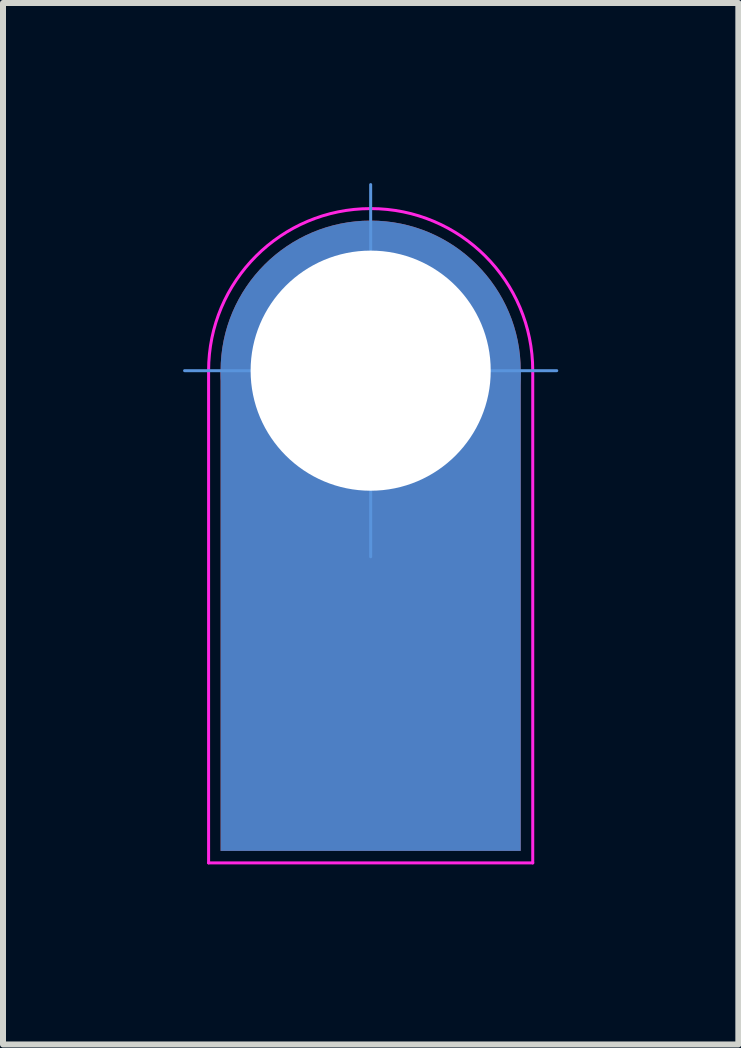
<source format=kicad_pcb>
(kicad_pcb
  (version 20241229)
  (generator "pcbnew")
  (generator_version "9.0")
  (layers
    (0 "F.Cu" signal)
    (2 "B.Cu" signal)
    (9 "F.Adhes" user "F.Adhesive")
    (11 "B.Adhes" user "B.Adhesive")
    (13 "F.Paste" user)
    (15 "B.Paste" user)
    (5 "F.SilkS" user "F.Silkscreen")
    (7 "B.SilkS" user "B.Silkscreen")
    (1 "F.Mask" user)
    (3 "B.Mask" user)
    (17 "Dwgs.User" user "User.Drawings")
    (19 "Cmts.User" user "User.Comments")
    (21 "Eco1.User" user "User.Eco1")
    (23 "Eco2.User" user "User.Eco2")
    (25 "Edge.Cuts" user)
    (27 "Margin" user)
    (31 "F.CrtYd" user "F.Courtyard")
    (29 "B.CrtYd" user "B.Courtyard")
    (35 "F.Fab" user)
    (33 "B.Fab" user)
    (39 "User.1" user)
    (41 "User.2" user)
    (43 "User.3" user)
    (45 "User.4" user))
  (footprint "z_BBC-BIT"
    (layer "F.Cu")
    (at 3.125 3.125)
    (property "Reference" "z_BBC-BIT" (at 0 0.125 0) (layer "F.Fab") (effects (font (size 0.1 0.1) (thickness 0.01))))
    (attr through_hole)
    (fp_line (start -3.1 0) (end 3.1 0) (stroke (width 0.05) (type solid)) (layer "Cmts.User"))
    (fp_line (start 0 -3.1) (end 0 3.1) (stroke (width 0.05) (type solid)) (layer "Cmts.User"))
    (fp_line (start -2.7 0) (end -2.7 8.2) (stroke (width 0.05) (type solid)) (layer "F.CrtYd"))
    (fp_line (start -2.7 8.2) (end 2.7 8.2) (stroke (width 0.05) (type solid)) (layer "F.CrtYd"))
    (fp_line (start 2.7 8.2) (end 2.7 0) (stroke (width 0.05) (type solid)) (layer "F.CrtYd"))
    (fp_arc (start -2.7 0) (mid 0 -2.7) (end 2.7 0) (stroke (width 0.05) (type solid)) (layer "F.CrtYd"))
    (fp_text user "${REFERENCE}" (at 0 0 180) (layer "Eco1.User") (effects (font (size 0.3 0.3) (thickness 0.03))))
    (pad "1" thru_hole circle (at 0 0) (size 5 5) (drill 4) (layers "*.Cu" "*.Mask"))
    (pad "1" smd rect (at 0 4) (size 5 8) (layers "F.Cu" "F.Mask"))
    (pad "1" smd rect (at 0 4) (size 5 8) (layers "*.Mask" "B.Cu")))
  (gr_rect
    (start -3 -3)
    (end 9.25 14.35)
    (stroke (width 0.1) (type default))
    (fill no)
    (layer "Edge.Cuts")))
</source>
